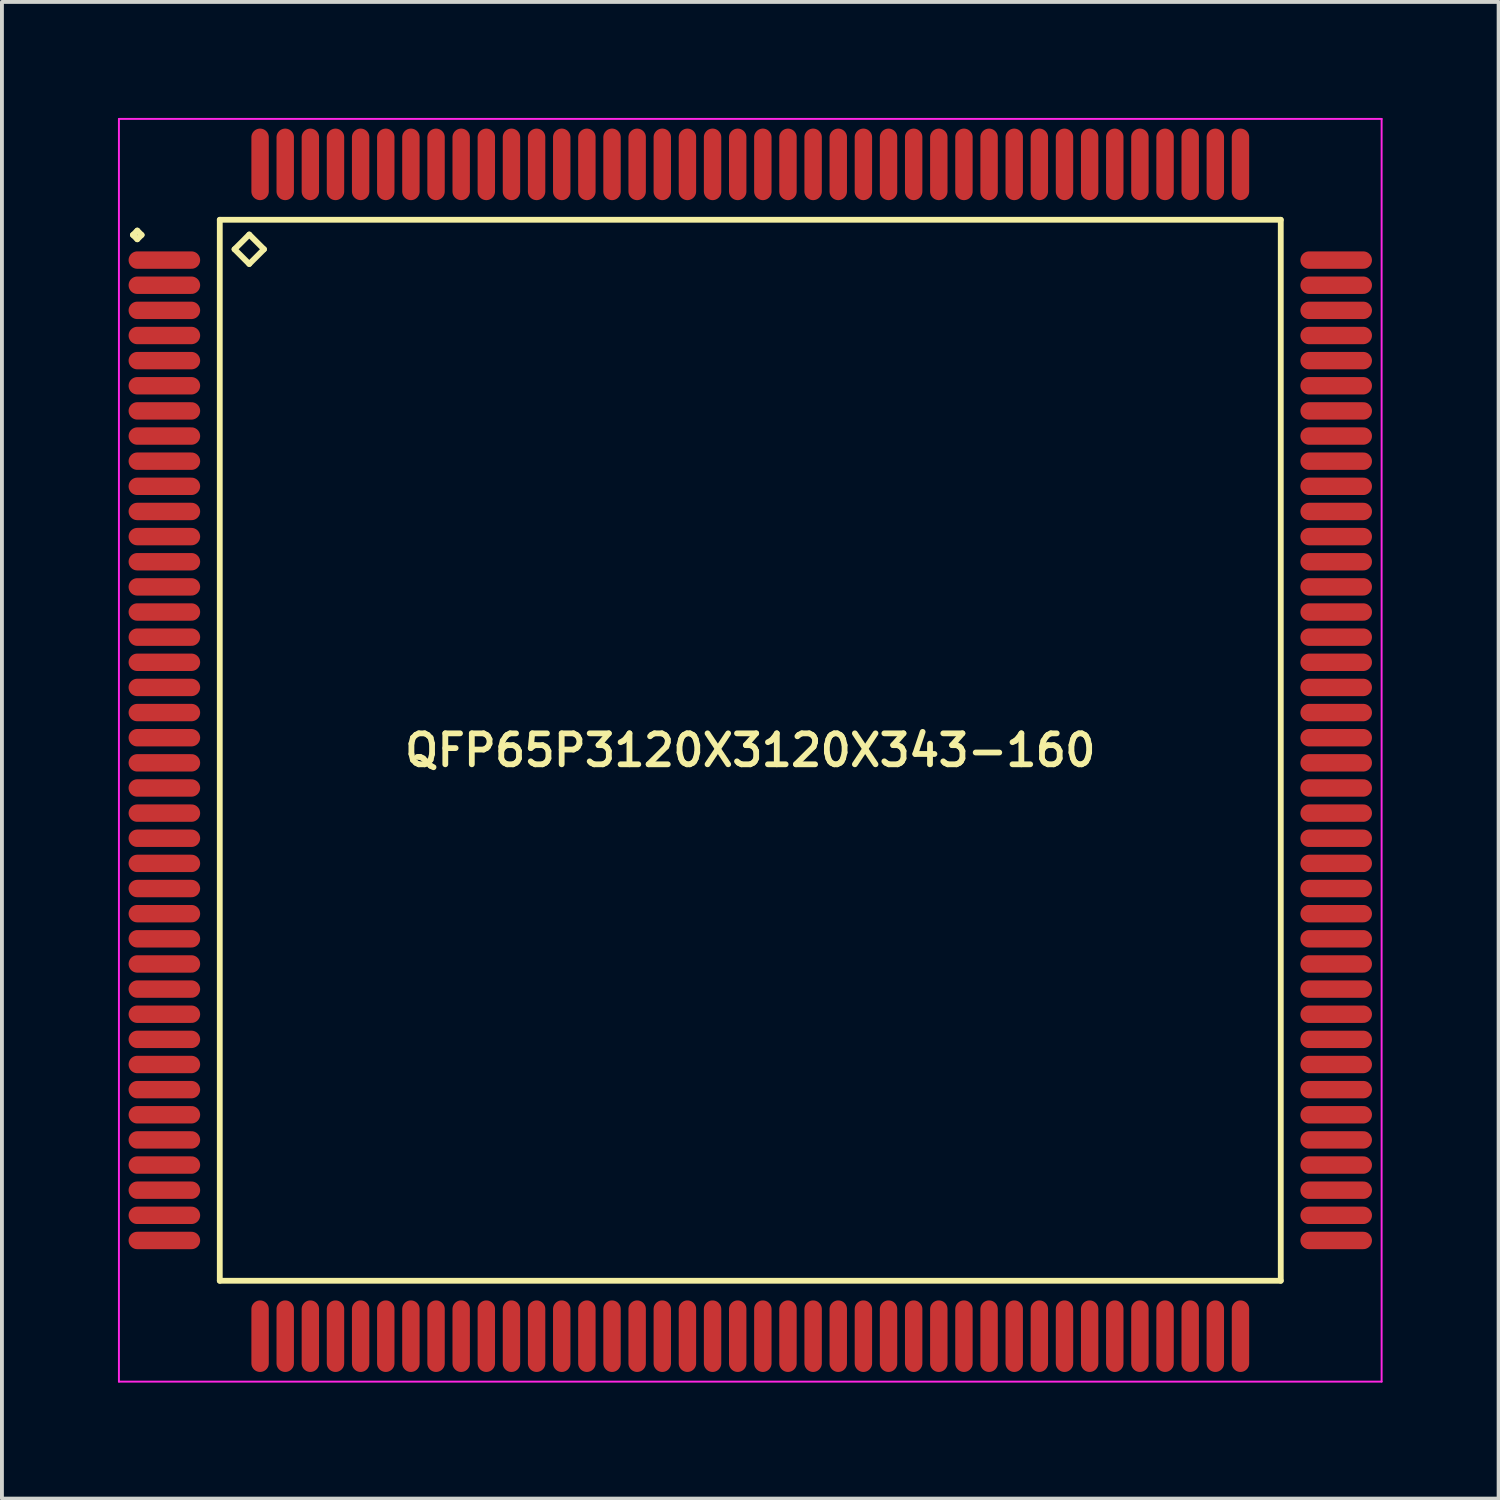
<source format=kicad_pcb>
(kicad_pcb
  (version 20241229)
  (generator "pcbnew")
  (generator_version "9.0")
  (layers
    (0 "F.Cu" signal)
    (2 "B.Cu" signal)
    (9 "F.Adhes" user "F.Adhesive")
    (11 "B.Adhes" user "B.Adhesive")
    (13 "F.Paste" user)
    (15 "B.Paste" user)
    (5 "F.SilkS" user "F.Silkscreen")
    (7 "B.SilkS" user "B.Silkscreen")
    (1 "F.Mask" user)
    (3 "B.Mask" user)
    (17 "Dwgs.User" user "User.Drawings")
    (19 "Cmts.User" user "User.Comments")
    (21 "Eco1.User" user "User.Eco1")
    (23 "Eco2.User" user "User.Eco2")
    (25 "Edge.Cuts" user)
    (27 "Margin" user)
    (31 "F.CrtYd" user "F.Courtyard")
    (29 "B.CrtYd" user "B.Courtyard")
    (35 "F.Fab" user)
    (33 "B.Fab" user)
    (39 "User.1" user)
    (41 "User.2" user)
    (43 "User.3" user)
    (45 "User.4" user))
  (footprint "QFP65P3120X3120X343-160"
    (layer "F.Cu")
    (at 16.35 16.35)
    (property "Reference" "QFP65P3120X3120X343-160" (at 0 0 0) (layer "F.SilkS") (effects (font (size 0.8 0.8) (thickness 0.15))))
    (attr smd)
    (fp_line (start -15.963 -13.325) (end -15.85 -13.438) (stroke (width 0.15) (type solid)) (layer "F.SilkS"))
    (fp_line (start -15.85 -13.438) (end -15.738 -13.325) (stroke (width 0.15) (type solid)) (layer "F.SilkS"))
    (fp_line (start -15.85 -13.213) (end -15.963 -13.325) (stroke (width 0.15) (type solid)) (layer "F.SilkS"))
    (fp_line (start -15.738 -13.325) (end -15.85 -13.213) (stroke (width 0.15) (type solid)) (layer "F.SilkS"))
    (fp_line (start -13.717 -13.717) (end -13.717 13.717) (stroke (width 0.15) (type solid)) (layer "F.SilkS"))
    (fp_line (start -13.717 13.717) (end 13.717 13.717) (stroke (width 0.15) (type solid)) (layer "F.SilkS"))
    (fp_line (start -13.336 -12.955) (end -12.955 -13.336) (stroke (width 0.15) (type solid)) (layer "F.SilkS"))
    (fp_line (start -12.955 -13.336) (end -12.574 -12.955) (stroke (width 0.15) (type solid)) (layer "F.SilkS"))
    (fp_line (start -12.955 -12.574) (end -13.336 -12.955) (stroke (width 0.15) (type solid)) (layer "F.SilkS"))
    (fp_line (start -12.574 -12.955) (end -12.955 -12.574) (stroke (width 0.15) (type solid)) (layer "F.SilkS"))
    (fp_line (start 13.717 -13.717) (end -13.717 -13.717) (stroke (width 0.15) (type solid)) (layer "F.SilkS"))
    (fp_line (start 13.717 13.717) (end 13.717 -13.717) (stroke (width 0.15) (type solid)) (layer "F.SilkS"))
    (fp_line (start -16.325 -16.325) (end 16.325 -16.325) (stroke (width 0.05) (type solid)) (layer "F.CrtYd"))
    (fp_line (start -16.325 16.325) (end -16.325 -16.325) (stroke (width 0.05) (type solid)) (layer "F.CrtYd"))
    (fp_line (start 16.325 -16.325) (end 16.325 16.325) (stroke (width 0.05) (type solid)) (layer "F.CrtYd"))
    (fp_line (start 16.325 16.325) (end -16.325 16.325) (stroke (width 0.05) (type solid)) (layer "F.CrtYd"))
    (pad "1" smd oval (at -15.15 -12.675) (size 1.85 0.45) (layers "F.Cu" "F.Mask" "F.Paste"))
    (pad "2" smd oval (at -15.15 -12.025) (size 1.85 0.45) (layers "F.Cu" "F.Mask" "F.Paste"))
    (pad "3" smd oval (at -15.15 -11.375) (size 1.85 0.45) (layers "F.Cu" "F.Mask" "F.Paste"))
    (pad "4" smd oval (at -15.15 -10.725) (size 1.85 0.45) (layers "F.Cu" "F.Mask" "F.Paste"))
    (pad "5" smd oval (at -15.15 -10.075) (size 1.85 0.45) (layers "F.Cu" "F.Mask" "F.Paste"))
    (pad "6" smd oval (at -15.15 -9.425) (size 1.85 0.45) (layers "F.Cu" "F.Mask" "F.Paste"))
    (pad "7" smd oval (at -15.15 -8.775) (size 1.85 0.45) (layers "F.Cu" "F.Mask" "F.Paste"))
    (pad "8" smd oval (at -15.15 -8.125) (size 1.85 0.45) (layers "F.Cu" "F.Mask" "F.Paste"))
    (pad "9" smd oval (at -15.15 -7.475) (size 1.85 0.45) (layers "F.Cu" "F.Mask" "F.Paste"))
    (pad "10" smd oval (at -15.15 -6.825) (size 1.85 0.45) (layers "F.Cu" "F.Mask" "F.Paste"))
    (pad "11" smd oval (at -15.15 -6.175) (size 1.85 0.45) (layers "F.Cu" "F.Mask" "F.Paste"))
    (pad "12" smd oval (at -15.15 -5.525) (size 1.85 0.45) (layers "F.Cu" "F.Mask" "F.Paste"))
    (pad "13" smd oval (at -15.15 -4.875) (size 1.85 0.45) (layers "F.Cu" "F.Mask" "F.Paste"))
    (pad "14" smd oval (at -15.15 -4.225) (size 1.85 0.45) (layers "F.Cu" "F.Mask" "F.Paste"))
    (pad "15" smd oval (at -15.15 -3.575) (size 1.85 0.45) (layers "F.Cu" "F.Mask" "F.Paste"))
    (pad "16" smd oval (at -15.15 -2.925) (size 1.85 0.45) (layers "F.Cu" "F.Mask" "F.Paste"))
    (pad "17" smd oval (at -15.15 -2.275) (size 1.85 0.45) (layers "F.Cu" "F.Mask" "F.Paste"))
    (pad "18" smd oval (at -15.15 -1.625) (size 1.85 0.45) (layers "F.Cu" "F.Mask" "F.Paste"))
    (pad "19" smd oval (at -15.15 -0.975) (size 1.85 0.45) (layers "F.Cu" "F.Mask" "F.Paste"))
    (pad "20" smd oval (at -15.15 -0.325) (size 1.85 0.45) (layers "F.Cu" "F.Mask" "F.Paste"))
    (pad "21" smd oval (at -15.15 0.325) (size 1.85 0.45) (layers "F.Cu" "F.Mask" "F.Paste"))
    (pad "22" smd oval (at -15.15 0.975) (size 1.85 0.45) (layers "F.Cu" "F.Mask" "F.Paste"))
    (pad "23" smd oval (at -15.15 1.625) (size 1.85 0.45) (layers "F.Cu" "F.Mask" "F.Paste"))
    (pad "24" smd oval (at -15.15 2.275) (size 1.85 0.45) (layers "F.Cu" "F.Mask" "F.Paste"))
    (pad "25" smd oval (at -15.15 2.925) (size 1.85 0.45) (layers "F.Cu" "F.Mask" "F.Paste"))
    (pad "26" smd oval (at -15.15 3.575) (size 1.85 0.45) (layers "F.Cu" "F.Mask" "F.Paste"))
    (pad "27" smd oval (at -15.15 4.225) (size 1.85 0.45) (layers "F.Cu" "F.Mask" "F.Paste"))
    (pad "28" smd oval (at -15.15 4.875) (size 1.85 0.45) (layers "F.Cu" "F.Mask" "F.Paste"))
    (pad "29" smd oval (at -15.15 5.525) (size 1.85 0.45) (layers "F.Cu" "F.Mask" "F.Paste"))
    (pad "30" smd oval (at -15.15 6.175) (size 1.85 0.45) (layers "F.Cu" "F.Mask" "F.Paste"))
    (pad "31" smd oval (at -15.15 6.825) (size 1.85 0.45) (layers "F.Cu" "F.Mask" "F.Paste"))
    (pad "32" smd oval (at -15.15 7.475) (size 1.85 0.45) (layers "F.Cu" "F.Mask" "F.Paste"))
    (pad "33" smd oval (at -15.15 8.125) (size 1.85 0.45) (layers "F.Cu" "F.Mask" "F.Paste"))
    (pad "34" smd oval (at -15.15 8.775) (size 1.85 0.45) (layers "F.Cu" "F.Mask" "F.Paste"))
    (pad "35" smd oval (at -15.15 9.425) (size 1.85 0.45) (layers "F.Cu" "F.Mask" "F.Paste"))
    (pad "36" smd oval (at -15.15 10.075) (size 1.85 0.45) (layers "F.Cu" "F.Mask" "F.Paste"))
    (pad "37" smd oval (at -15.15 10.725) (size 1.85 0.45) (layers "F.Cu" "F.Mask" "F.Paste"))
    (pad "38" smd oval (at -15.15 11.375) (size 1.85 0.45) (layers "F.Cu" "F.Mask" "F.Paste"))
    (pad "39" smd oval (at -15.15 12.025) (size 1.85 0.45) (layers "F.Cu" "F.Mask" "F.Paste"))
    (pad "40" smd oval (at -15.15 12.675) (size 1.85 0.45) (layers "F.Cu" "F.Mask" "F.Paste"))
    (pad "41" smd oval (at -12.675 15.15) (size 0.45 1.85) (layers "F.Cu" "F.Mask" "F.Paste"))
    (pad "42" smd oval (at -12.025 15.15) (size 0.45 1.85) (layers "F.Cu" "F.Mask" "F.Paste"))
    (pad "43" smd oval (at -11.375 15.15) (size 0.45 1.85) (layers "F.Cu" "F.Mask" "F.Paste"))
    (pad "44" smd oval (at -10.725 15.15) (size 0.45 1.85) (layers "F.Cu" "F.Mask" "F.Paste"))
    (pad "45" smd oval (at -10.075 15.15) (size 0.45 1.85) (layers "F.Cu" "F.Mask" "F.Paste"))
    (pad "46" smd oval (at -9.425 15.15) (size 0.45 1.85) (layers "F.Cu" "F.Mask" "F.Paste"))
    (pad "47" smd oval (at -8.775 15.15) (size 0.45 1.85) (layers "F.Cu" "F.Mask" "F.Paste"))
    (pad "48" smd oval (at -8.125 15.15) (size 0.45 1.85) (layers "F.Cu" "F.Mask" "F.Paste"))
    (pad "49" smd oval (at -7.475 15.15) (size 0.45 1.85) (layers "F.Cu" "F.Mask" "F.Paste"))
    (pad "50" smd oval (at -6.825 15.15) (size 0.45 1.85) (layers "F.Cu" "F.Mask" "F.Paste"))
    (pad "51" smd oval (at -6.175 15.15) (size 0.45 1.85) (layers "F.Cu" "F.Mask" "F.Paste"))
    (pad "52" smd oval (at -5.525 15.15) (size 0.45 1.85) (layers "F.Cu" "F.Mask" "F.Paste"))
    (pad "53" smd oval (at -4.875 15.15) (size 0.45 1.85) (layers "F.Cu" "F.Mask" "F.Paste"))
    (pad "54" smd oval (at -4.225 15.15) (size 0.45 1.85) (layers "F.Cu" "F.Mask" "F.Paste"))
    (pad "55" smd oval (at -3.575 15.15) (size 0.45 1.85) (layers "F.Cu" "F.Mask" "F.Paste"))
    (pad "56" smd oval (at -2.925 15.15) (size 0.45 1.85) (layers "F.Cu" "F.Mask" "F.Paste"))
    (pad "57" smd oval (at -2.275 15.15) (size 0.45 1.85) (layers "F.Cu" "F.Mask" "F.Paste"))
    (pad "58" smd oval (at -1.625 15.15) (size 0.45 1.85) (layers "F.Cu" "F.Mask" "F.Paste"))
    (pad "59" smd oval (at -0.975 15.15) (size 0.45 1.85) (layers "F.Cu" "F.Mask" "F.Paste"))
    (pad "60" smd oval (at -0.325 15.15) (size 0.45 1.85) (layers "F.Cu" "F.Mask" "F.Paste"))
    (pad "61" smd oval (at 0.325 15.15) (size 0.45 1.85) (layers "F.Cu" "F.Mask" "F.Paste"))
    (pad "62" smd oval (at 0.975 15.15) (size 0.45 1.85) (layers "F.Cu" "F.Mask" "F.Paste"))
    (pad "63" smd oval (at 1.625 15.15) (size 0.45 1.85) (layers "F.Cu" "F.Mask" "F.Paste"))
    (pad "64" smd oval (at 2.275 15.15) (size 0.45 1.85) (layers "F.Cu" "F.Mask" "F.Paste"))
    (pad "65" smd oval (at 2.925 15.15) (size 0.45 1.85) (layers "F.Cu" "F.Mask" "F.Paste"))
    (pad "66" smd oval (at 3.575 15.15) (size 0.45 1.85) (layers "F.Cu" "F.Mask" "F.Paste"))
    (pad "67" smd oval (at 4.225 15.15) (size 0.45 1.85) (layers "F.Cu" "F.Mask" "F.Paste"))
    (pad "68" smd oval (at 4.875 15.15) (size 0.45 1.85) (layers "F.Cu" "F.Mask" "F.Paste"))
    (pad "69" smd oval (at 5.525 15.15) (size 0.45 1.85) (layers "F.Cu" "F.Mask" "F.Paste"))
    (pad "70" smd oval (at 6.175 15.15) (size 0.45 1.85) (layers "F.Cu" "F.Mask" "F.Paste"))
    (pad "71" smd oval (at 6.825 15.15) (size 0.45 1.85) (layers "F.Cu" "F.Mask" "F.Paste"))
    (pad "72" smd oval (at 7.475 15.15) (size 0.45 1.85) (layers "F.Cu" "F.Mask" "F.Paste"))
    (pad "73" smd oval (at 8.125 15.15) (size 0.45 1.85) (layers "F.Cu" "F.Mask" "F.Paste"))
    (pad "74" smd oval (at 8.775 15.15) (size 0.45 1.85) (layers "F.Cu" "F.Mask" "F.Paste"))
    (pad "75" smd oval (at 9.425 15.15) (size 0.45 1.85) (layers "F.Cu" "F.Mask" "F.Paste"))
    (pad "76" smd oval (at 10.075 15.15) (size 0.45 1.85) (layers "F.Cu" "F.Mask" "F.Paste"))
    (pad "77" smd oval (at 10.725 15.15) (size 0.45 1.85) (layers "F.Cu" "F.Mask" "F.Paste"))
    (pad "78" smd oval (at 11.375 15.15) (size 0.45 1.85) (layers "F.Cu" "F.Mask" "F.Paste"))
    (pad "79" smd oval (at 12.025 15.15) (size 0.45 1.85) (layers "F.Cu" "F.Mask" "F.Paste"))
    (pad "80" smd oval (at 12.675 15.15) (size 0.45 1.85) (layers "F.Cu" "F.Mask" "F.Paste"))
    (pad "81" smd oval (at 15.15 12.675) (size 1.85 0.45) (layers "F.Cu" "F.Mask" "F.Paste"))
    (pad "82" smd oval (at 15.15 12.025) (size 1.85 0.45) (layers "F.Cu" "F.Mask" "F.Paste"))
    (pad "83" smd oval (at 15.15 11.375) (size 1.85 0.45) (layers "F.Cu" "F.Mask" "F.Paste"))
    (pad "84" smd oval (at 15.15 10.725) (size 1.85 0.45) (layers "F.Cu" "F.Mask" "F.Paste"))
    (pad "85" smd oval (at 15.15 10.075) (size 1.85 0.45) (layers "F.Cu" "F.Mask" "F.Paste"))
    (pad "86" smd oval (at 15.15 9.425) (size 1.85 0.45) (layers "F.Cu" "F.Mask" "F.Paste"))
    (pad "87" smd oval (at 15.15 8.775) (size 1.85 0.45) (layers "F.Cu" "F.Mask" "F.Paste"))
    (pad "88" smd oval (at 15.15 8.125) (size 1.85 0.45) (layers "F.Cu" "F.Mask" "F.Paste"))
    (pad "89" smd oval (at 15.15 7.475) (size 1.85 0.45) (layers "F.Cu" "F.Mask" "F.Paste"))
    (pad "90" smd oval (at 15.15 6.825) (size 1.85 0.45) (layers "F.Cu" "F.Mask" "F.Paste"))
    (pad "91" smd oval (at 15.15 6.175) (size 1.85 0.45) (layers "F.Cu" "F.Mask" "F.Paste"))
    (pad "92" smd oval (at 15.15 5.525) (size 1.85 0.45) (layers "F.Cu" "F.Mask" "F.Paste"))
    (pad "93" smd oval (at 15.15 4.875) (size 1.85 0.45) (layers "F.Cu" "F.Mask" "F.Paste"))
    (pad "94" smd oval (at 15.15 4.225) (size 1.85 0.45) (layers "F.Cu" "F.Mask" "F.Paste"))
    (pad "95" smd oval (at 15.15 3.575) (size 1.85 0.45) (layers "F.Cu" "F.Mask" "F.Paste"))
    (pad "96" smd oval (at 15.15 2.925) (size 1.85 0.45) (layers "F.Cu" "F.Mask" "F.Paste"))
    (pad "97" smd oval (at 15.15 2.275) (size 1.85 0.45) (layers "F.Cu" "F.Mask" "F.Paste"))
    (pad "98" smd oval (at 15.15 1.625) (size 1.85 0.45) (layers "F.Cu" "F.Mask" "F.Paste"))
    (pad "99" smd oval (at 15.15 0.975) (size 1.85 0.45) (layers "F.Cu" "F.Mask" "F.Paste"))
    (pad "100" smd oval (at 15.15 0.325) (size 1.85 0.45) (layers "F.Cu" "F.Mask" "F.Paste"))
    (pad "101" smd oval (at 15.15 -0.325) (size 1.85 0.45) (layers "F.Cu" "F.Mask" "F.Paste"))
    (pad "102" smd oval (at 15.15 -0.975) (size 1.85 0.45) (layers "F.Cu" "F.Mask" "F.Paste"))
    (pad "103" smd oval (at 15.15 -1.625) (size 1.85 0.45) (layers "F.Cu" "F.Mask" "F.Paste"))
    (pad "104" smd oval (at 15.15 -2.275) (size 1.85 0.45) (layers "F.Cu" "F.Mask" "F.Paste"))
    (pad "105" smd oval (at 15.15 -2.925) (size 1.85 0.45) (layers "F.Cu" "F.Mask" "F.Paste"))
    (pad "106" smd oval (at 15.15 -3.575) (size 1.85 0.45) (layers "F.Cu" "F.Mask" "F.Paste"))
    (pad "107" smd oval (at 15.15 -4.225) (size 1.85 0.45) (layers "F.Cu" "F.Mask" "F.Paste"))
    (pad "108" smd oval (at 15.15 -4.875) (size 1.85 0.45) (layers "F.Cu" "F.Mask" "F.Paste"))
    (pad "109" smd oval (at 15.15 -5.525) (size 1.85 0.45) (layers "F.Cu" "F.Mask" "F.Paste"))
    (pad "110" smd oval (at 15.15 -6.175) (size 1.85 0.45) (layers "F.Cu" "F.Mask" "F.Paste"))
    (pad "111" smd oval (at 15.15 -6.825) (size 1.85 0.45) (layers "F.Cu" "F.Mask" "F.Paste"))
    (pad "112" smd oval (at 15.15 -7.475) (size 1.85 0.45) (layers "F.Cu" "F.Mask" "F.Paste"))
    (pad "113" smd oval (at 15.15 -8.125) (size 1.85 0.45) (layers "F.Cu" "F.Mask" "F.Paste"))
    (pad "114" smd oval (at 15.15 -8.775) (size 1.85 0.45) (layers "F.Cu" "F.Mask" "F.Paste"))
    (pad "115" smd oval (at 15.15 -9.425) (size 1.85 0.45) (layers "F.Cu" "F.Mask" "F.Paste"))
    (pad "116" smd oval (at 15.15 -10.075) (size 1.85 0.45) (layers "F.Cu" "F.Mask" "F.Paste"))
    (pad "117" smd oval (at 15.15 -10.725) (size 1.85 0.45) (layers "F.Cu" "F.Mask" "F.Paste"))
    (pad "118" smd oval (at 15.15 -11.375) (size 1.85 0.45) (layers "F.Cu" "F.Mask" "F.Paste"))
    (pad "119" smd oval (at 15.15 -12.025) (size 1.85 0.45) (layers "F.Cu" "F.Mask" "F.Paste"))
    (pad "120" smd oval (at 15.15 -12.675) (size 1.85 0.45) (layers "F.Cu" "F.Mask" "F.Paste"))
    (pad "121" smd oval (at 12.675 -15.15) (size 0.45 1.85) (layers "F.Cu" "F.Mask" "F.Paste"))
    (pad "122" smd oval (at 12.025 -15.15) (size 0.45 1.85) (layers "F.Cu" "F.Mask" "F.Paste"))
    (pad "123" smd oval (at 11.375 -15.15) (size 0.45 1.85) (layers "F.Cu" "F.Mask" "F.Paste"))
    (pad "124" smd oval (at 10.725 -15.15) (size 0.45 1.85) (layers "F.Cu" "F.Mask" "F.Paste"))
    (pad "125" smd oval (at 10.075 -15.15) (size 0.45 1.85) (layers "F.Cu" "F.Mask" "F.Paste"))
    (pad "126" smd oval (at 9.425 -15.15) (size 0.45 1.85) (layers "F.Cu" "F.Mask" "F.Paste"))
    (pad "127" smd oval (at 8.775 -15.15) (size 0.45 1.85) (layers "F.Cu" "F.Mask" "F.Paste"))
    (pad "128" smd oval (at 8.125 -15.15) (size 0.45 1.85) (layers "F.Cu" "F.Mask" "F.Paste"))
    (pad "129" smd oval (at 7.475 -15.15) (size 0.45 1.85) (layers "F.Cu" "F.Mask" "F.Paste"))
    (pad "130" smd oval (at 6.825 -15.15) (size 0.45 1.85) (layers "F.Cu" "F.Mask" "F.Paste"))
    (pad "131" smd oval (at 6.175 -15.15) (size 0.45 1.85) (layers "F.Cu" "F.Mask" "F.Paste"))
    (pad "132" smd oval (at 5.525 -15.15) (size 0.45 1.85) (layers "F.Cu" "F.Mask" "F.Paste"))
    (pad "133" smd oval (at 4.875 -15.15) (size 0.45 1.85) (layers "F.Cu" "F.Mask" "F.Paste"))
    (pad "134" smd oval (at 4.225 -15.15) (size 0.45 1.85) (layers "F.Cu" "F.Mask" "F.Paste"))
    (pad "135" smd oval (at 3.575 -15.15) (size 0.45 1.85) (layers "F.Cu" "F.Mask" "F.Paste"))
    (pad "136" smd oval (at 2.925 -15.15) (size 0.45 1.85) (layers "F.Cu" "F.Mask" "F.Paste"))
    (pad "137" smd oval (at 2.275 -15.15) (size 0.45 1.85) (layers "F.Cu" "F.Mask" "F.Paste"))
    (pad "138" smd oval (at 1.625 -15.15) (size 0.45 1.85) (layers "F.Cu" "F.Mask" "F.Paste"))
    (pad "139" smd oval (at 0.975 -15.15) (size 0.45 1.85) (layers "F.Cu" "F.Mask" "F.Paste"))
    (pad "140" smd oval (at 0.325 -15.15) (size 0.45 1.85) (layers "F.Cu" "F.Mask" "F.Paste"))
    (pad "141" smd oval (at -0.325 -15.15) (size 0.45 1.85) (layers "F.Cu" "F.Mask" "F.Paste"))
    (pad "142" smd oval (at -0.975 -15.15) (size 0.45 1.85) (layers "F.Cu" "F.Mask" "F.Paste"))
    (pad "143" smd oval (at -1.625 -15.15) (size 0.45 1.85) (layers "F.Cu" "F.Mask" "F.Paste"))
    (pad "144" smd oval (at -2.275 -15.15) (size 0.45 1.85) (layers "F.Cu" "F.Mask" "F.Paste"))
    (pad "145" smd oval (at -2.925 -15.15) (size 0.45 1.85) (layers "F.Cu" "F.Mask" "F.Paste"))
    (pad "146" smd oval (at -3.575 -15.15) (size 0.45 1.85) (layers "F.Cu" "F.Mask" "F.Paste"))
    (pad "147" smd oval (at -4.225 -15.15) (size 0.45 1.85) (layers "F.Cu" "F.Mask" "F.Paste"))
    (pad "148" smd oval (at -4.875 -15.15) (size 0.45 1.85) (layers "F.Cu" "F.Mask" "F.Paste"))
    (pad "149" smd oval (at -5.525 -15.15) (size 0.45 1.85) (layers "F.Cu" "F.Mask" "F.Paste"))
    (pad "150" smd oval (at -6.175 -15.15) (size 0.45 1.85) (layers "F.Cu" "F.Mask" "F.Paste"))
    (pad "151" smd oval (at -6.825 -15.15) (size 0.45 1.85) (layers "F.Cu" "F.Mask" "F.Paste"))
    (pad "152" smd oval (at -7.475 -15.15) (size 0.45 1.85) (layers "F.Cu" "F.Mask" "F.Paste"))
    (pad "153" smd oval (at -8.125 -15.15) (size 0.45 1.85) (layers "F.Cu" "F.Mask" "F.Paste"))
    (pad "154" smd oval (at -8.775 -15.15) (size 0.45 1.85) (layers "F.Cu" "F.Mask" "F.Paste"))
    (pad "155" smd oval (at -9.425 -15.15) (size 0.45 1.85) (layers "F.Cu" "F.Mask" "F.Paste"))
    (pad "156" smd oval (at -10.075 -15.15) (size 0.45 1.85) (layers "F.Cu" "F.Mask" "F.Paste"))
    (pad "157" smd oval (at -10.725 -15.15) (size 0.45 1.85) (layers "F.Cu" "F.Mask" "F.Paste"))
    (pad "158" smd oval (at -11.375 -15.15) (size 0.45 1.85) (layers "F.Cu" "F.Mask" "F.Paste"))
    (pad "159" smd oval (at -12.025 -15.15) (size 0.45 1.85) (layers "F.Cu" "F.Mask" "F.Paste"))
    (pad "160" smd oval (at -12.675 -15.15) (size 0.45 1.85) (layers "F.Cu" "F.Mask" "F.Paste")))
  (gr_rect
    (start -3 -3)
    (end 35.7 35.7)
    (stroke (width 0.1) (type default))
    (fill no)
    (layer "Edge.Cuts")))
</source>
